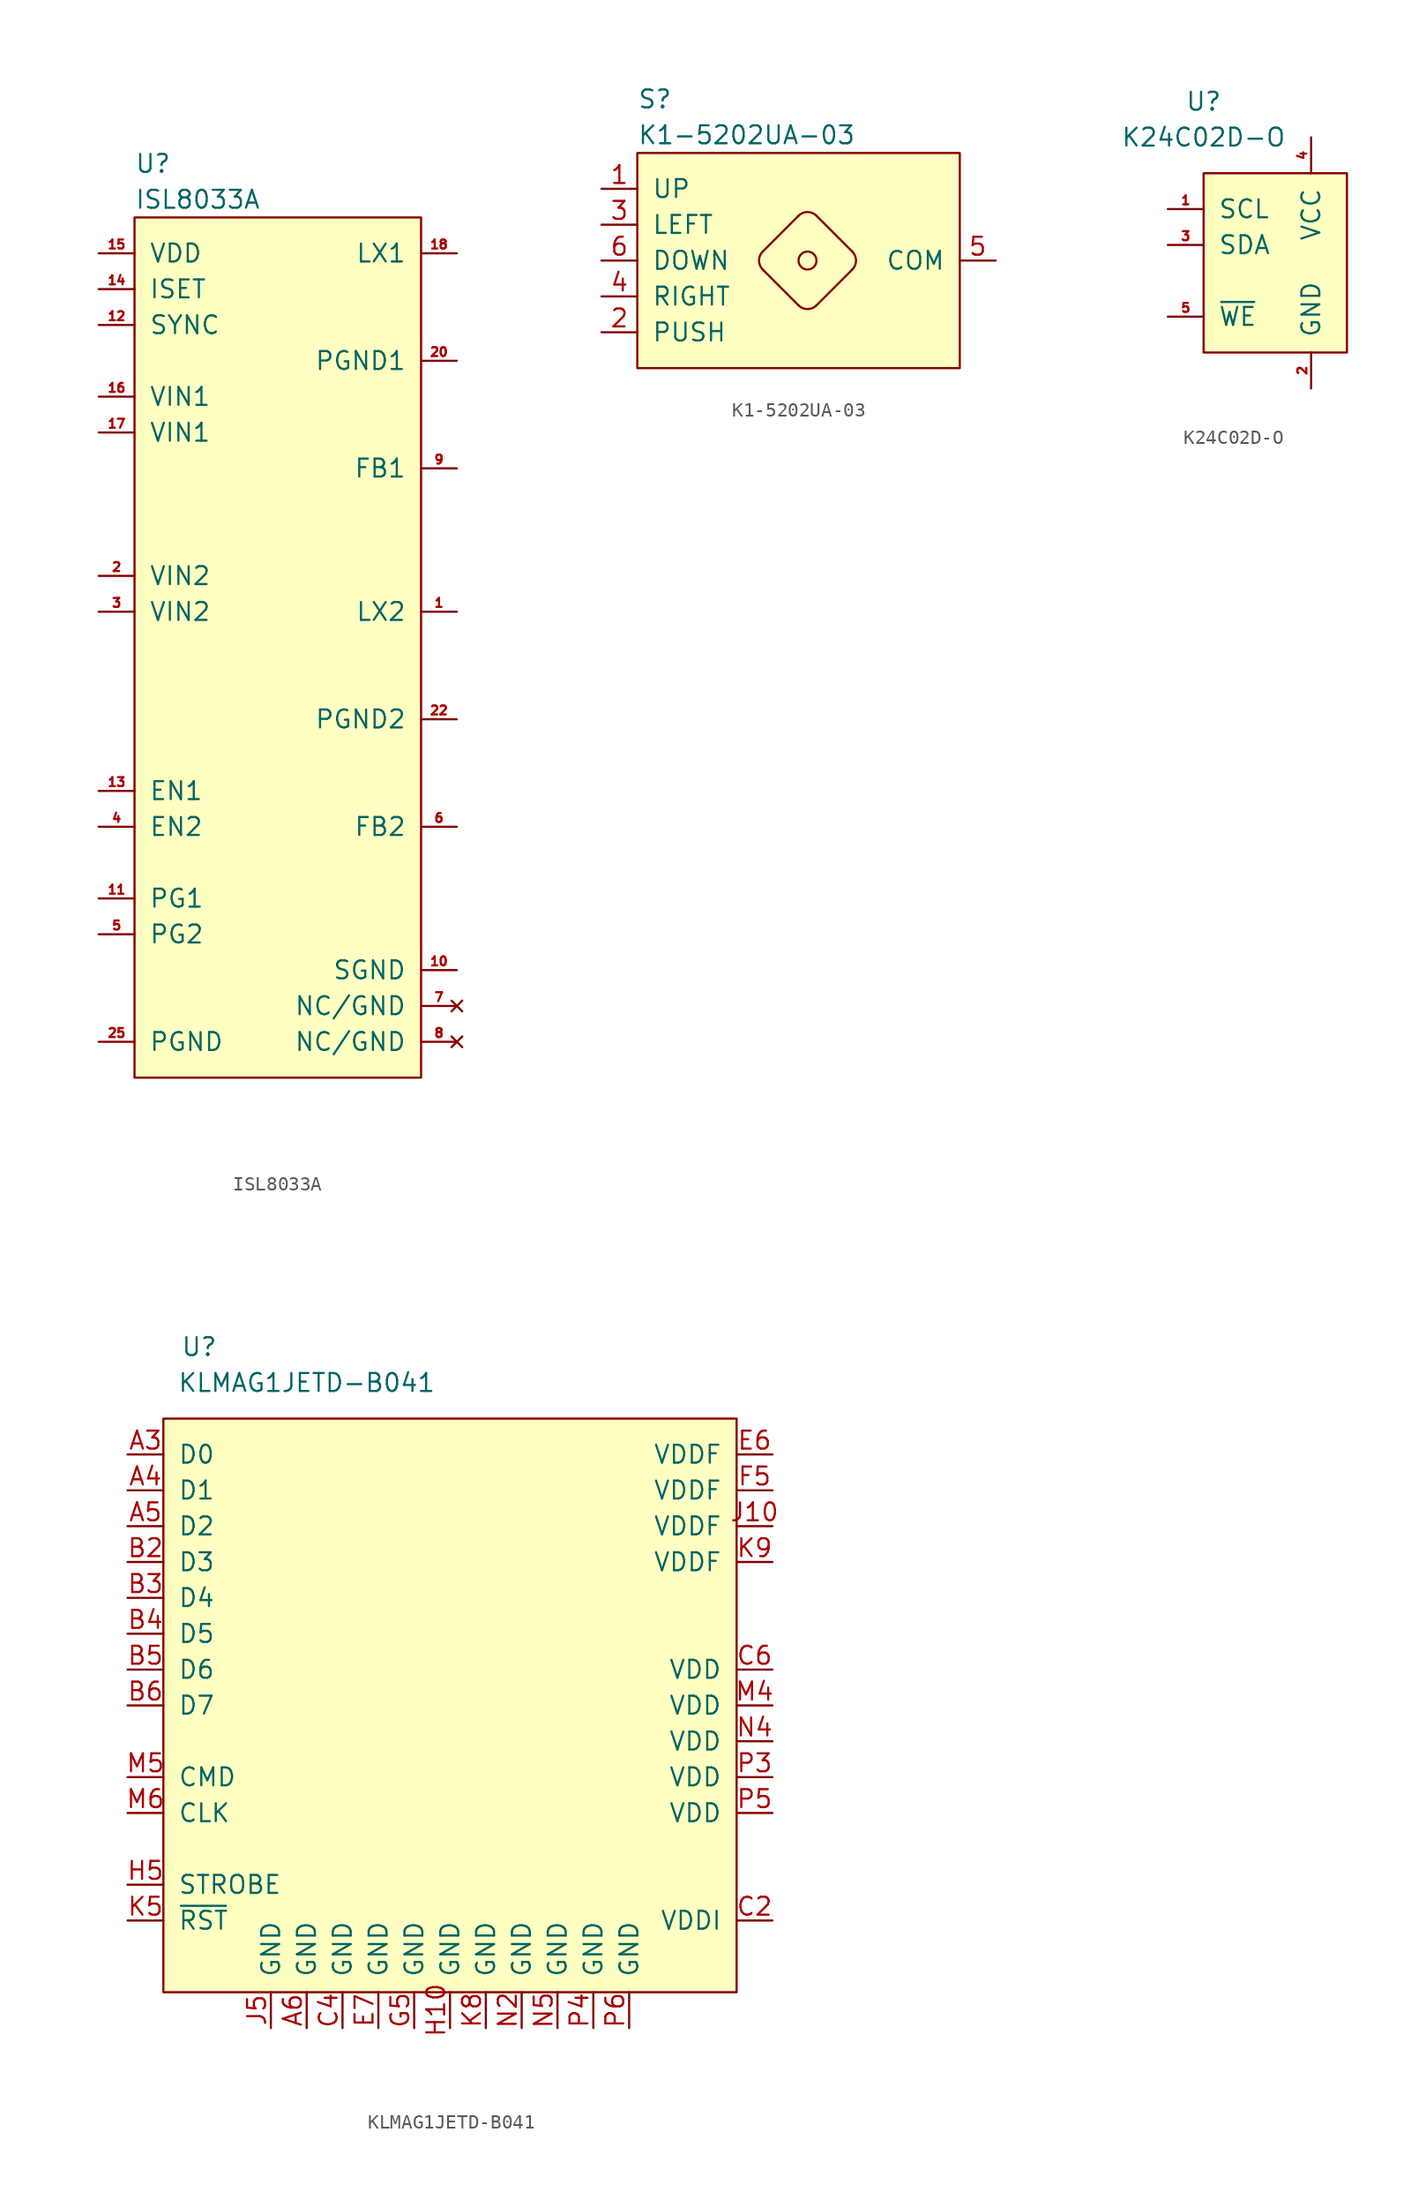
<source format=kicad_sym>
(kicad_symbol_lib
  (version 20211014)
  (generator kicad_symbol_editor)
  (symbol "ISL8033A"
    (pin_names
      (offset 1.016))
    (property "Reference" "U"
      (at 0 3.81 0)
      (effects (font (size 1.27 1.27)) (justify left)))
    (property "Value" "ISL8033A"
      (at 0 1.27 0)
      (effects (font (size 1.27 1.27)) (justify left)))
    (symbol "ISL8033A_0_1"
      (rectangle (start 0 0) (end 20.32 -60.96) (stroke (width 0) (type default) (color 0 0 0 0)) (fill (type background))))
    (symbol "ISL8033A_1_1"
      (pin power_out line (at 22.86 -27.94 180) (length 2.54) (name "LX2" (effects (font (size 1.27 1.27)))) (number "1" (effects (font (size 0.635 0.635)))))
      (pin power_in line (at 22.86 -53.34 180) (length 2.54) (name "SGND" (effects (font (size 1.27 1.27)))) (number "10" (effects (font (size 0.635 0.635)))))
      (pin open_collector line (at -2.54 -48.26 0) (length 2.54) (name "PG1" (effects (font (size 1.27 1.27)))) (number "11" (effects (font (size 0.635 0.635)))))
      (pin input line (at -2.54 -7.62 0) (length 2.54) (name "SYNC" (effects (font (size 1.27 1.27)))) (number "12" (effects (font (size 0.635 0.635)))))
      (pin input line (at -2.54 -40.64 0) (length 2.54) (name "EN1" (effects (font (size 1.27 1.27)))) (number "13" (effects (font (size 0.635 0.635)))))
      (pin input line (at -2.54 -5.08 0) (length 2.54) (name "ISET" (effects (font (size 1.27 1.27)))) (number "14" (effects (font (size 0.635 0.635)))))
      (pin power_in line (at -2.54 -2.54 0) (length 2.54) (name "VDD" (effects (font (size 1.27 1.27)))) (number "15" (effects (font (size 0.635 0.635)))))
      (pin power_in line (at -2.54 -12.7 0) (length 2.54) (name "VIN1" (effects (font (size 1.27 1.27)))) (number "16" (effects (font (size 0.635 0.635)))))
      (pin power_in line (at -2.54 -15.24 0) (length 2.54) (name "VIN1" (effects (font (size 1.27 1.27)))) (number "17" (effects (font (size 0.635 0.635)))))
      (pin power_out line (at 22.86 -2.54 180) (length 2.54) (name "LX1" (effects (font (size 1.27 1.27)))) (number "18" (effects (font (size 0.635 0.635)))))
      (pin passive line (at 22.86 -2.54 180) (length 2.54) hide (name "LX1" (effects (font (size 1.27 1.27)))) (number "19" (effects (font (size 0.635 0.635)))))
      (pin power_in line (at -2.54 -25.4 0) (length 2.54) (name "VIN2" (effects (font (size 1.27 1.27)))) (number "2" (effects (font (size 0.635 0.635)))))
      (pin power_out line (at 22.86 -10.16 180) (length 2.54) (name "PGND1" (effects (font (size 1.27 1.27)))) (number "20" (effects (font (size 0.635 0.635)))))
      (pin passive line (at 22.86 -10.16 180) (length 2.54) hide (name "PGND1" (effects (font (size 1.27 1.27)))) (number "21" (effects (font (size 0.635 0.635)))))
      (pin power_out line (at 22.86 -35.56 180) (length 2.54) (name "PGND2" (effects (font (size 1.27 1.27)))) (number "22" (effects (font (size 0.635 0.635)))))
      (pin passive line (at 22.86 -35.56 180) (length 2.54) hide (name "PGND2" (effects (font (size 1.27 1.27)))) (number "23" (effects (font (size 0.635 0.635)))))
      (pin passive line (at 22.86 -27.94 180) (length 2.54) hide (name "LX2" (effects (font (size 1.27 1.27)))) (number "24" (effects (font (size 0.635 0.635)))))
      (pin power_in line (at -2.54 -58.42 0) (length 2.54) (name "PGND" (effects (font (size 1.27 1.27)))) (number "25" (effects (font (size 0.635 0.635)))))
      (pin power_in line (at -2.54 -27.94 0) (length 2.54) (name "VIN2" (effects (font (size 1.27 1.27)))) (number "3" (effects (font (size 0.635 0.635)))))
      (pin input line (at -2.54 -43.18 0) (length 2.54) (name "EN2" (effects (font (size 1.27 1.27)))) (number "4" (effects (font (size 0.635 0.635)))))
      (pin open_collector line (at -2.54 -50.8 0) (length 2.54) (name "PG2" (effects (font (size 1.27 1.27)))) (number "5" (effects (font (size 0.635 0.635)))))
      (pin input line (at 22.86 -43.18 180) (length 2.54) (name "FB2" (effects (font (size 1.27 1.27)))) (number "6" (effects (font (size 0.635 0.635)))))
      (pin no_connect line (at 22.86 -55.88 180) (length 2.54) (name "NC/GND" (effects (font (size 1.27 1.27)))) (number "7" (effects (font (size 0.635 0.635)))))
      (pin no_connect line (at 22.86 -58.42 180) (length 2.54) (name "NC/GND" (effects (font (size 1.27 1.27)))) (number "8" (effects (font (size 0.635 0.635)))))
      (pin input line (at 22.86 -17.78 180) (length 2.54) (name "FB1" (effects (font (size 1.27 1.27)))) (number "9" (effects (font (size 0.635 0.635)))))))
  (symbol "K1-5202UA-03"
    (pin_names
      (offset 1.016))
    (property "Reference" "S"
      (at 0 3.81 0)
      (effects (font (size 1.27 1.27)) (justify left)))
    (property "Value" "K1-5202UA-03"
      (at 0 1.27 0)
      (effects (font (size 1.27 1.27)) (justify left)))
    (symbol "K1-5202UA-03_0_1"
      (rectangle (start 0 -15.24) (end 22.86 0) (stroke (width 0) (type default) (color 0 0 0 0)) (fill (type background)))
      (polyline (pts (xy 8.89 -6.985) (xy 11.43 -4.445)) (stroke (width 0) (type default) (color 0 0 0 0)) (fill (type none)))
      (polyline (pts (xy 11.43 -10.795) (xy 8.89 -8.255)) (stroke (width 0) (type default) (color 0 0 0 0)) (fill (type none)))
      (polyline (pts (xy 12.7 -4.445) (xy 15.24 -6.985)) (stroke (width 0) (type default) (color 0 0 0 0)) (fill (type none)))
      (polyline (pts (xy 15.24 -8.255) (xy 12.7 -10.795)) (stroke (width 0) (type default) (color 0 0 0 0)) (fill (type none)))
      (arc (start 8.89 -6.985) (mid 8.627 -7.62) (end 8.89 -8.255) (stroke (width 0) (type default) (color 0 0 0 0)) (fill (type none)))
      (arc (start 11.43 -10.795) (mid 12.065 -11.058) (end 12.7 -10.795) (stroke (width 0) (type default) (color 0 0 0 0)) (fill (type none)))
      (circle (center 12.065 -7.62) (radius 0.635) (stroke (width 0) (type default) (color 0 0 0 0)) (fill (type none)))
      (arc (start 12.7 -4.445) (mid 12.065 -4.182) (end 11.43 -4.445) (stroke (width 0) (type default) (color 0 0 0 0)) (fill (type none)))
      (arc (start 15.24 -8.255) (mid 15.503 -7.62) (end 15.24 -6.985) (stroke (width 0) (type default) (color 0 0 0 0)) (fill (type none))))
    (symbol "K1-5202UA-03_1_1"
      (pin passive line (at -2.54 -2.54 0) (length 2.54) (name "UP" (effects (font (size 1.27 1.27)))) (number "1" (effects (font (size 1.27 1.27)))))
      (pin passive line (at -2.54 -12.7 0) (length 2.54) (name "PUSH" (effects (font (size 1.27 1.27)))) (number "2" (effects (font (size 1.27 1.27)))))
      (pin passive line (at -2.54 -5.08 0) (length 2.54) (name "LEFT" (effects (font (size 1.27 1.27)))) (number "3" (effects (font (size 1.27 1.27)))))
      (pin passive line (at -2.54 -10.16 0) (length 2.54) (name "RIGHT" (effects (font (size 1.27 1.27)))) (number "4" (effects (font (size 1.27 1.27)))))
      (pin passive line (at 25.4 -7.62 180) (length 2.54) (name "COM" (effects (font (size 1.27 1.27)))) (number "5" (effects (font (size 1.27 1.27)))))
      (pin passive line (at -2.54 -7.62 0) (length 2.54) (name "DOWN" (effects (font (size 1.27 1.27)))) (number "6" (effects (font (size 1.27 1.27)))))))
  (symbol "K24C02D-O"
    (pin_names
      (offset 1.016))
    (property "Reference" "U"
      (at 0 5.08 0)
      (effects (font (size 1.27 1.27))))
    (property "Value" "K24C02D-O"
      (at 0 2.54 0)
      (effects (font (size 1.27 1.27))))
    (symbol "K24C02D-O_0_1"
      (rectangle (start 0 0) (end 10.16 -12.7) (stroke (width 0) (type default) (color 0 0 0 0)) (fill (type background))))
    (symbol "K24C02D-O_1_1"
      (pin input line (at -2.54 -2.54 0) (length 2.54) (name "SCL" (effects (font (size 1.27 1.27)))) (number "1" (effects (font (size 0.635 0.635)))))
      (pin power_in line (at 7.62 -15.24 90) (length 2.54) (name "GND" (effects (font (size 1.27 1.27)))) (number "2" (effects (font (size 0.635 0.635)))))
      (pin bidirectional line (at -2.54 -5.08 0) (length 2.54) (name "SDA" (effects (font (size 1.27 1.27)))) (number "3" (effects (font (size 0.635 0.635)))))
      (pin power_in line (at 7.62 2.54 270) (length 2.54) (name "VCC" (effects (font (size 1.27 1.27)))) (number "4" (effects (font (size 0.635 0.635)))))
      (pin input line (at -2.54 -10.16 0) (length 2.54) (name "~{WE}" (effects (font (size 1.27 1.27)))) (number "5" (effects (font (size 0.635 0.635)))))))
  (symbol "KLMAG1JETD-B041"
    (pin_names
      (offset 1.016))
    (property "Reference" "U"
      (at 2.54 5.08 0)
      (effects (font (size 1.27 1.27))))
    (property "Value" "KLMAG1JETD-B041"
      (at 10.16 2.54 0)
      (effects (font (size 1.27 1.27))))
    (symbol "KLMAG1JETD-B041_1_1"
      (rectangle (start 0 0) (end 40.64 -40.64) (stroke (width 0) (type default) (color 0 0 0 0)) (fill (type background)))
      (pin bidirectional line (at -2.54 -2.54 0) (length 2.54) (name "D0" (effects (font (size 1.27 1.27)))) (number "A3" (effects (font (size 1.27 1.27)))))
      (pin bidirectional line (at -2.54 -5.08 0) (length 2.54) (name "D1" (effects (font (size 1.27 1.27)))) (number "A4" (effects (font (size 1.27 1.27)))))
      (pin bidirectional line (at -2.54 -7.62 0) (length 2.54) (name "D2" (effects (font (size 1.27 1.27)))) (number "A5" (effects (font (size 1.27 1.27)))))
      (pin power_in line (at 10.16 -43.18 90) (length 2.54) (name "GND" (effects (font (size 1.27 1.27)))) (number "A6" (effects (font (size 1.27 1.27)))))
      (pin bidirectional line (at -2.54 -10.16 0) (length 2.54) (name "D3" (effects (font (size 1.27 1.27)))) (number "B2" (effects (font (size 1.27 1.27)))))
      (pin bidirectional line (at -2.54 -12.7 0) (length 2.54) (name "D4" (effects (font (size 1.27 1.27)))) (number "B3" (effects (font (size 1.27 1.27)))))
      (pin bidirectional line (at -2.54 -15.24 0) (length 2.54) (name "D5" (effects (font (size 1.27 1.27)))) (number "B4" (effects (font (size 1.27 1.27)))))
      (pin bidirectional line (at -2.54 -17.78 0) (length 2.54) (name "D6" (effects (font (size 1.27 1.27)))) (number "B5" (effects (font (size 1.27 1.27)))))
      (pin bidirectional line (at -2.54 -20.32 0) (length 2.54) (name "D7" (effects (font (size 1.27 1.27)))) (number "B6" (effects (font (size 1.27 1.27)))))
      (pin power_in line (at 43.18 -35.56 180) (length 2.54) (name "VDDI" (effects (font (size 1.27 1.27)))) (number "C2" (effects (font (size 1.27 1.27)))))
      (pin power_in line (at 12.7 -43.18 90) (length 2.54) (name "GND" (effects (font (size 1.27 1.27)))) (number "C4" (effects (font (size 1.27 1.27)))))
      (pin power_in line (at 43.18 -17.78 180) (length 2.54) (name "VDD" (effects (font (size 1.27 1.27)))) (number "C6" (effects (font (size 1.27 1.27)))))
      (pin power_in line (at 43.18 -2.54 180) (length 2.54) (name "VDDF" (effects (font (size 1.27 1.27)))) (number "E6" (effects (font (size 1.27 1.27)))))
      (pin power_in line (at 15.24 -43.18 90) (length 2.54) (name "GND" (effects (font (size 1.27 1.27)))) (number "E7" (effects (font (size 1.27 1.27)))))
      (pin power_in line (at 43.18 -5.08 180) (length 2.54) (name "VDDF" (effects (font (size 1.27 1.27)))) (number "F5" (effects (font (size 1.27 1.27)))))
      (pin power_in line (at 17.78 -43.18 90) (length 2.54) (name "GND" (effects (font (size 1.27 1.27)))) (number "G5" (effects (font (size 1.27 1.27)))))
      (pin power_in line (at 20.32 -43.18 90) (length 2.54) (name "GND" (effects (font (size 1.27 1.27)))) (number "H10" (effects (font (size 1.27 1.27)))))
      (pin input line (at -2.54 -33.02 0) (length 2.54) (name "STROBE" (effects (font (size 1.27 1.27)))) (number "H5" (effects (font (size 1.27 1.27)))))
      (pin power_in line (at 43.18 -7.62 180) (length 2.54) (name "VDDF" (effects (font (size 1.27 1.27)))) (number "J10" (effects (font (size 1.27 1.27)))))
      (pin power_in line (at 7.62 -43.18 90) (length 2.54) (name "GND" (effects (font (size 1.27 1.27)))) (number "J5" (effects (font (size 1.27 1.27)))))
      (pin input line (at -2.54 -35.56 0) (length 2.54) (name "~{RST}" (effects (font (size 1.27 1.27)))) (number "K5" (effects (font (size 1.27 1.27)))))
      (pin power_in line (at 22.86 -43.18 90) (length 2.54) (name "GND" (effects (font (size 1.27 1.27)))) (number "K8" (effects (font (size 1.27 1.27)))))
      (pin power_in line (at 43.18 -10.16 180) (length 2.54) (name "VDDF" (effects (font (size 1.27 1.27)))) (number "K9" (effects (font (size 1.27 1.27)))))
      (pin power_in line (at 43.18 -20.32 180) (length 2.54) (name "VDD" (effects (font (size 1.27 1.27)))) (number "M4" (effects (font (size 1.27 1.27)))))
      (pin bidirectional line (at -2.54 -25.4 0) (length 2.54) (name "CMD" (effects (font (size 1.27 1.27)))) (number "M5" (effects (font (size 1.27 1.27)))))
      (pin input line (at -2.54 -27.94 0) (length 2.54) (name "CLK" (effects (font (size 1.27 1.27)))) (number "M6" (effects (font (size 1.27 1.27)))))
      (pin power_in line (at 25.4 -43.18 90) (length 2.54) (name "GND" (effects (font (size 1.27 1.27)))) (number "N2" (effects (font (size 1.27 1.27)))))
      (pin power_in line (at 43.18 -22.86 180) (length 2.54) (name "VDD" (effects (font (size 1.27 1.27)))) (number "N4" (effects (font (size 1.27 1.27)))))
      (pin power_in line (at 27.94 -43.18 90) (length 2.54) (name "GND" (effects (font (size 1.27 1.27)))) (number "N5" (effects (font (size 1.27 1.27)))))
      (pin power_in line (at 43.18 -25.4 180) (length 2.54) (name "VDD" (effects (font (size 1.27 1.27)))) (number "P3" (effects (font (size 1.27 1.27)))))
      (pin power_in line (at 30.48 -43.18 90) (length 2.54) (name "GND" (effects (font (size 1.27 1.27)))) (number "P4" (effects (font (size 1.27 1.27)))))
      (pin power_in line (at 43.18 -27.94 180) (length 2.54) (name "VDD" (effects (font (size 1.27 1.27)))) (number "P5" (effects (font (size 1.27 1.27)))))
      (pin power_in line (at 33.02 -43.18 90) (length 2.54) (name "GND" (effects (font (size 1.27 1.27)))) (number "P6" (effects (font (size 1.27 1.27))))))))
</source>
